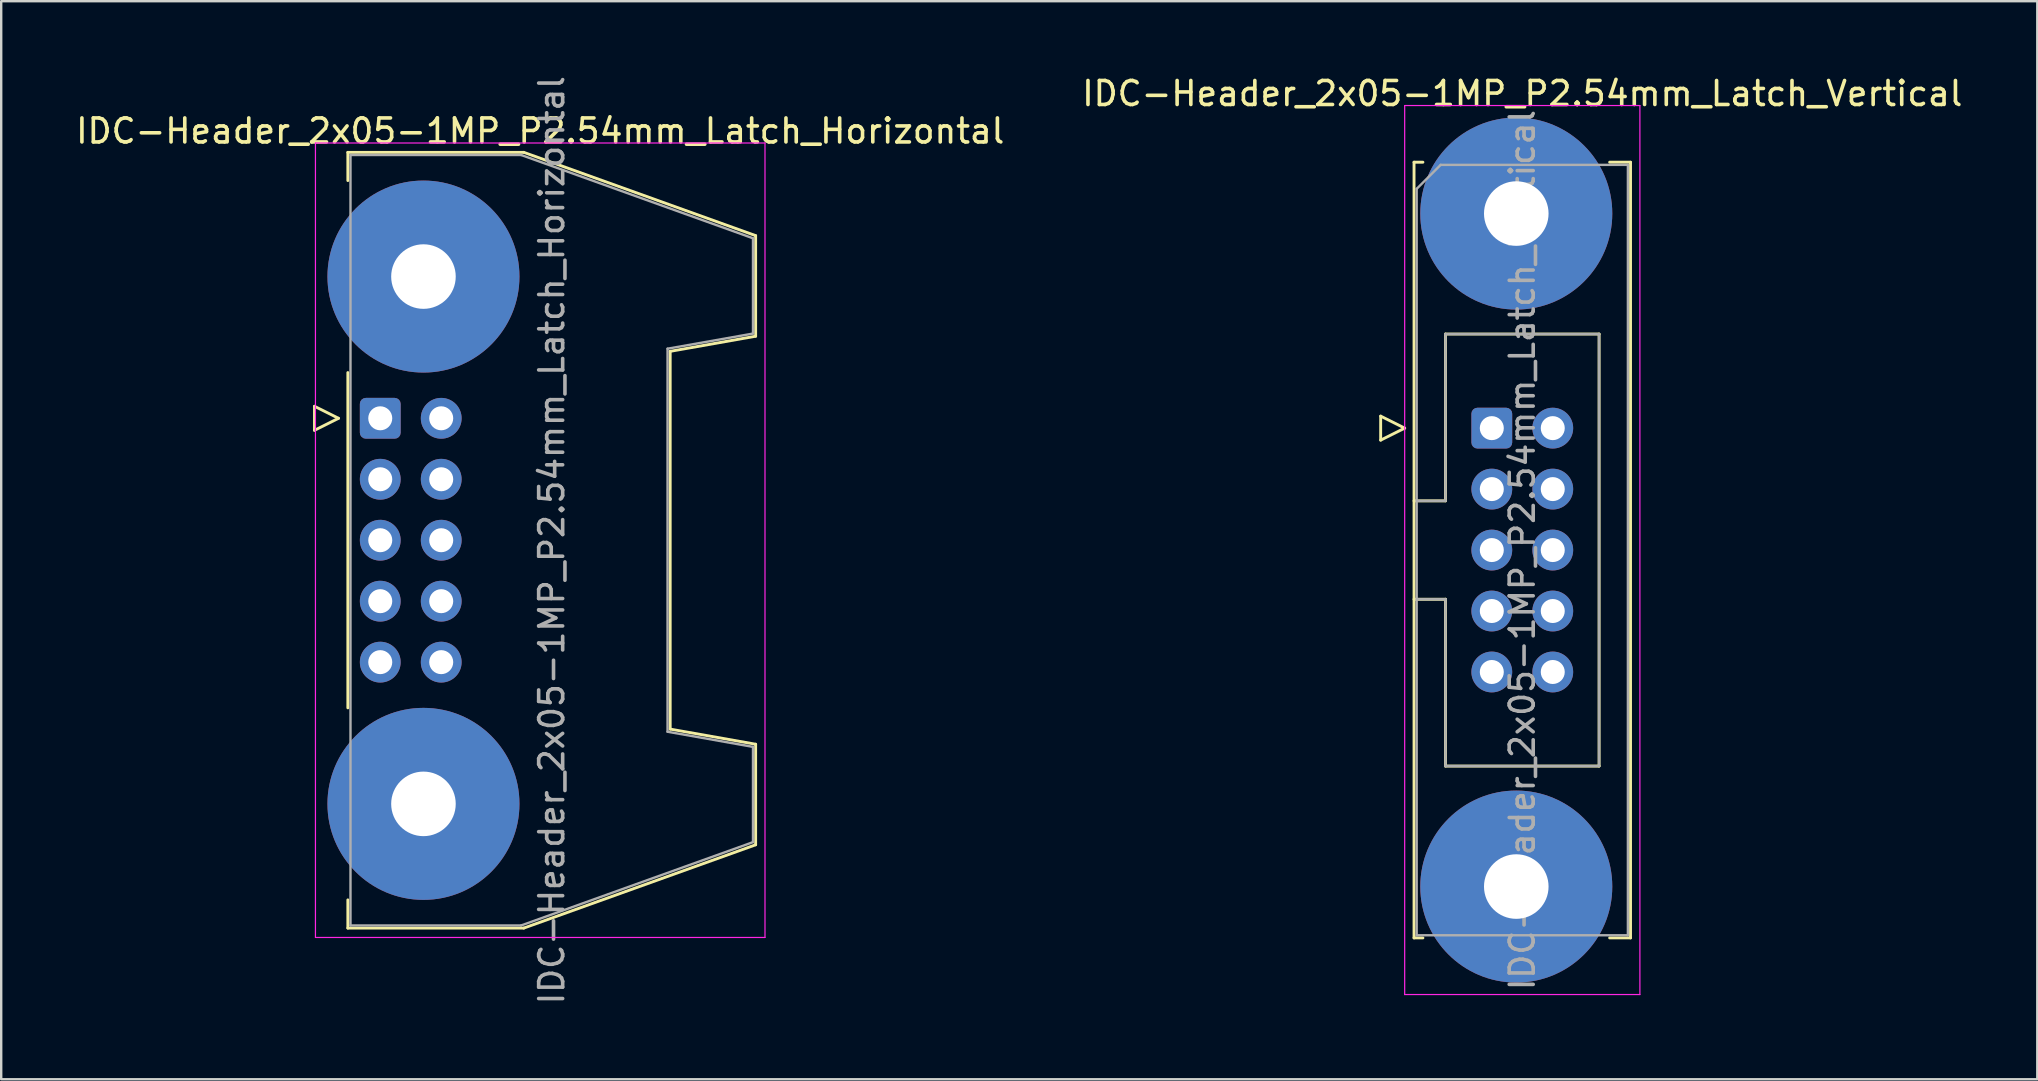
<source format=kicad_pcb>
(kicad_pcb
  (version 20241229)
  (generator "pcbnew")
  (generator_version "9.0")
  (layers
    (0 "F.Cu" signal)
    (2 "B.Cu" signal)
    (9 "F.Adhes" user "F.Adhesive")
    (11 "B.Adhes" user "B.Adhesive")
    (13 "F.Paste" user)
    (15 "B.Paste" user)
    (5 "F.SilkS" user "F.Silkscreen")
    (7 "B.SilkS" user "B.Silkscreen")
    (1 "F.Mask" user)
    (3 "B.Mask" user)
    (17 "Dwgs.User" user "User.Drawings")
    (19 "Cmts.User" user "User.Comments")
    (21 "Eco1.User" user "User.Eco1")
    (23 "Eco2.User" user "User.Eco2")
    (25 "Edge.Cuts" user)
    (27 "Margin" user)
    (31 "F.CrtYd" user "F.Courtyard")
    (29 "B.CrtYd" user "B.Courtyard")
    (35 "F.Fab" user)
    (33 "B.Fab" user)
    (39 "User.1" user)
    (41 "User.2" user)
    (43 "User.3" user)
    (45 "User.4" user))
  (footprint "IDC-Header_2x05-1MP_P2.54mm_Latch_Horizontal"
    (layer "F.Cu")
    (at 12.793 14.378)
    (property "Reference" "IDC-Header_2x05-1MP_P2.54mm_Latch_Horizontal" (at 6.665 -11.97 0) (layer "F.SilkS") (effects (font (size 1 1) (thickness 0.15))))
    (attr through_hole)
    (fp_line (start -2.74 -0.5) (end -2.74 0.5) (stroke (width 0.12) (type solid)) (layer "F.SilkS"))
    (fp_line (start -2.74 0.5) (end -1.74 0) (stroke (width 0.12) (type solid)) (layer "F.SilkS"))
    (fp_line (start -1.74 0) (end -2.74 -0.5) (stroke (width 0.12) (type solid)) (layer "F.SilkS"))
    (fp_line (start -1.35 -11.08) (end -1.35 -9.905) (stroke (width 0.12) (type solid)) (layer "F.SilkS"))
    (fp_line (start -1.35 -11.08) (end 5.98 -11.08) (stroke (width 0.12) (type solid)) (layer "F.SilkS"))
    (fp_line (start -1.35 -1.905) (end -1.35 12.065) (stroke (width 0.12) (type solid)) (layer "F.SilkS"))
    (fp_line (start -1.35 20.065) (end -1.35 21.24) (stroke (width 0.12) (type solid)) (layer "F.SilkS"))
    (fp_line (start 5.98 -11.08) (end 15.64 -7.61) (stroke (width 0.12) (type solid)) (layer "F.SilkS"))
    (fp_line (start 5.98 21.24) (end -1.35 21.24) (stroke (width 0.12) (type solid)) (layer "F.SilkS"))
    (fp_line (start 12.08 -2.79) (end 12.08 12.95) (stroke (width 0.12) (type solid)) (layer "F.SilkS"))
    (fp_line (start 12.08 12.95) (end 15.64 13.58) (stroke (width 0.12) (type solid)) (layer "F.SilkS"))
    (fp_line (start 15.64 -7.61) (end 15.64 -3.42) (stroke (width 0.12) (type solid)) (layer "F.SilkS"))
    (fp_line (start 15.64 -3.42) (end 12.08 -2.79) (stroke (width 0.12) (type solid)) (layer "F.SilkS"))
    (fp_line (start 15.64 13.58) (end 15.64 17.77) (stroke (width 0.12) (type solid)) (layer "F.SilkS"))
    (fp_line (start 15.64 17.77) (end 5.98 21.24) (stroke (width 0.12) (type solid)) (layer "F.SilkS"))
    (fp_line (start -2.7 -11.47) (end -2.7 21.63) (stroke (width 0.05) (type solid)) (layer "F.CrtYd"))
    (fp_line (start -2.7 21.63) (end 16.03 21.63) (stroke (width 0.05) (type solid)) (layer "F.CrtYd"))
    (fp_line (start 16.03 -11.47) (end -2.7 -11.47) (stroke (width 0.05) (type solid)) (layer "F.CrtYd"))
    (fp_line (start 16.03 21.63) (end 16.03 -11.47) (stroke (width 0.05) (type solid)) (layer "F.CrtYd"))
    (fp_line (start -1.24 -10.97) (end 5.87 -10.97) (stroke (width 0.1) (type solid)) (layer "F.Fab"))
    (fp_line (start -1.24 21.13) (end -1.24 -10.97) (stroke (width 0.1) (type solid)) (layer "F.Fab"))
    (fp_line (start 5.87 -10.97) (end 15.53 -7.5) (stroke (width 0.1) (type solid)) (layer "F.Fab"))
    (fp_line (start 5.87 21.13) (end -1.24 21.13) (stroke (width 0.1) (type solid)) (layer "F.Fab"))
    (fp_line (start 11.97 -2.9) (end 11.97 13.06) (stroke (width 0.1) (type solid)) (layer "F.Fab"))
    (fp_line (start 11.97 13.06) (end 15.53 13.69) (stroke (width 0.1) (type solid)) (layer "F.Fab"))
    (fp_line (start 15.53 -7.5) (end 15.53 -3.53) (stroke (width 0.1) (type solid)) (layer "F.Fab"))
    (fp_line (start 15.53 -3.53) (end 11.97 -2.9) (stroke (width 0.1) (type solid)) (layer "F.Fab"))
    (fp_line (start 15.53 13.69) (end 15.53 17.66) (stroke (width 0.1) (type solid)) (layer "F.Fab"))
    (fp_line (start 15.53 17.66) (end 5.87 21.13) (stroke (width 0.1) (type solid)) (layer "F.Fab"))
    (fp_text user "${REFERENCE}" (at 7.145 5.08 90) (layer "F.Fab") (effects (font (size 1 1) (thickness 0.15))))
    (pad "1" thru_hole roundrect (at 0 0) (size 1.7 1.7) (drill 1) (layers "*.Cu" "*.Mask") (roundrect_rratio 0.147))
    (pad "2" thru_hole circle (at 2.54 0) (size 1.7 1.7) (drill 1) (layers "*.Cu" "*.Mask"))
    (pad "3" thru_hole circle (at 0 2.54) (size 1.7 1.7) (drill 1) (layers "*.Cu" "*.Mask"))
    (pad "4" thru_hole circle (at 2.54 2.54) (size 1.7 1.7) (drill 1) (layers "*.Cu" "*.Mask"))
    (pad "5" thru_hole circle (at 0 5.08) (size 1.7 1.7) (drill 1) (layers "*.Cu" "*.Mask"))
    (pad "6" thru_hole circle (at 2.54 5.08) (size 1.7 1.7) (drill 1) (layers "*.Cu" "*.Mask"))
    (pad "7" thru_hole circle (at 0 7.62) (size 1.7 1.7) (drill 1) (layers "*.Cu" "*.Mask"))
    (pad "8" thru_hole circle (at 2.54 7.62) (size 1.7 1.7) (drill 1) (layers "*.Cu" "*.Mask"))
    (pad "9" thru_hole circle (at 0 10.16) (size 1.7 1.7) (drill 1) (layers "*.Cu" "*.Mask"))
    (pad "10" thru_hole circle (at 2.54 10.16) (size 1.7 1.7) (drill 1) (layers "*.Cu" "*.Mask"))
    (pad "MP" thru_hole circle (at 1.8 -5.905) (size 8 8) (drill 2.69) (layers "*.Cu" "*.Mask"))
    (pad "MP" thru_hole circle (at 1.8 16.065) (size 8 8) (drill 2.69) (layers "*.Cu" "*.Mask")))
  (footprint "IDC-Header_2x05-1MP_P2.54mm_Latch_Vertical"
    (layer "F.Cu")
    (at 59.105 14.788)
    (property "Reference" "IDC-Header_2x05-1MP_P2.54mm_Latch_Vertical" (at 1.27 -13.94 0) (layer "F.SilkS") (effects (font (size 1 1) (thickness 0.15))))
    (attr through_hole)
    (fp_line (start -4.63 -0.5) (end -4.63 0.5) (stroke (width 0.12) (type solid)) (layer "F.SilkS"))
    (fp_line (start -4.63 0.5) (end -3.63 0) (stroke (width 0.12) (type solid)) (layer "F.SilkS"))
    (fp_line (start -3.63 0) (end -4.63 -0.5) (stroke (width 0.12) (type solid)) (layer "F.SilkS"))
    (fp_line (start -3.24 -11.08) (end -3.24 21.24) (stroke (width 0.12) (type solid)) (layer "F.SilkS"))
    (fp_line (start -3.24 3.03) (end -1.93 3.03) (stroke (width 0.12) (type solid)) (layer "F.SilkS"))
    (fp_line (start -3.24 21.24) (end -2.87 21.24) (stroke (width 0.12) (type solid)) (layer "F.SilkS"))
    (fp_line (start -2.87 -11.08) (end -3.24 -11.08) (stroke (width 0.12) (type solid)) (layer "F.SilkS"))
    (fp_line (start -1.93 -3.92) (end 4.47 -3.92) (stroke (width 0.12) (type solid)) (layer "F.SilkS"))
    (fp_line (start -1.93 3.03) (end -1.93 -3.92) (stroke (width 0.12) (type solid)) (layer "F.SilkS"))
    (fp_line (start -1.93 7.13) (end -3.24 7.13) (stroke (width 0.12) (type solid)) (layer "F.SilkS"))
    (fp_line (start -1.93 7.13) (end -1.93 7.13) (stroke (width 0.12) (type solid)) (layer "F.SilkS"))
    (fp_line (start -1.93 14.08) (end -1.93 7.13) (stroke (width 0.12) (type solid)) (layer "F.SilkS"))
    (fp_line (start 4.47 -3.92) (end 4.47 14.08) (stroke (width 0.12) (type solid)) (layer "F.SilkS"))
    (fp_line (start 4.47 14.08) (end -1.93 14.08) (stroke (width 0.12) (type solid)) (layer "F.SilkS"))
    (fp_line (start 4.91 -11.08) (end 5.78 -11.08) (stroke (width 0.12) (type solid)) (layer "F.SilkS"))
    (fp_line (start 5.78 -11.08) (end 5.78 21.24) (stroke (width 0.12) (type solid)) (layer "F.SilkS"))
    (fp_line (start 5.78 21.24) (end 4.91 21.24) (stroke (width 0.12) (type solid)) (layer "F.SilkS"))
    (fp_line (start -3.63 -13.44) (end -3.63 23.6) (stroke (width 0.05) (type solid)) (layer "F.CrtYd"))
    (fp_line (start -3.63 23.6) (end 6.17 23.6) (stroke (width 0.05) (type solid)) (layer "F.CrtYd"))
    (fp_line (start 6.17 -13.44) (end -3.63 -13.44) (stroke (width 0.05) (type solid)) (layer "F.CrtYd"))
    (fp_line (start 6.17 23.6) (end 6.17 -13.44) (stroke (width 0.05) (type solid)) (layer "F.CrtYd"))
    (fp_line (start -3.13 -9.97) (end -2.13 -10.97) (stroke (width 0.1) (type solid)) (layer "F.Fab"))
    (fp_line (start -3.13 3.03) (end -1.93 3.03) (stroke (width 0.1) (type solid)) (layer "F.Fab"))
    (fp_line (start -3.13 21.13) (end -3.13 -9.97) (stroke (width 0.1) (type solid)) (layer "F.Fab"))
    (fp_line (start -2.13 -10.97) (end 5.67 -10.97) (stroke (width 0.1) (type solid)) (layer "F.Fab"))
    (fp_line (start -1.93 -3.92) (end 4.47 -3.92) (stroke (width 0.1) (type solid)) (layer "F.Fab"))
    (fp_line (start -1.93 3.03) (end -1.93 -3.92) (stroke (width 0.1) (type solid)) (layer "F.Fab"))
    (fp_line (start -1.93 7.13) (end -3.13 7.13) (stroke (width 0.1) (type solid)) (layer "F.Fab"))
    (fp_line (start -1.93 7.13) (end -1.93 7.13) (stroke (width 0.1) (type solid)) (layer "F.Fab"))
    (fp_line (start -1.93 14.08) (end -1.93 7.13) (stroke (width 0.1) (type solid)) (layer "F.Fab"))
    (fp_line (start 4.47 -3.92) (end 4.47 14.08) (stroke (width 0.1) (type solid)) (layer "F.Fab"))
    (fp_line (start 4.47 14.08) (end -1.93 14.08) (stroke (width 0.1) (type solid)) (layer "F.Fab"))
    (fp_line (start 5.67 -10.97) (end 5.67 21.13) (stroke (width 0.1) (type solid)) (layer "F.Fab"))
    (fp_line (start 5.67 21.13) (end -3.13 21.13) (stroke (width 0.1) (type solid)) (layer "F.Fab"))
    (fp_text user "${REFERENCE}" (at 1.27 5.08 90) (layer "F.Fab") (effects (font (size 1 1) (thickness 0.15))))
    (pad "1" thru_hole roundrect (at 0 0) (size 1.7 1.7) (drill 1) (layers "*.Cu" "*.Mask") (roundrect_rratio 0.147))
    (pad "2" thru_hole circle (at 2.54 0) (size 1.7 1.7) (drill 1) (layers "*.Cu" "*.Mask"))
    (pad "3" thru_hole circle (at 0 2.54) (size 1.7 1.7) (drill 1) (layers "*.Cu" "*.Mask"))
    (pad "4" thru_hole circle (at 2.54 2.54) (size 1.7 1.7) (drill 1) (layers "*.Cu" "*.Mask"))
    (pad "5" thru_hole circle (at 0 5.08) (size 1.7 1.7) (drill 1) (layers "*.Cu" "*.Mask"))
    (pad "6" thru_hole circle (at 2.54 5.08) (size 1.7 1.7) (drill 1) (layers "*.Cu" "*.Mask"))
    (pad "7" thru_hole circle (at 0 7.62) (size 1.7 1.7) (drill 1) (layers "*.Cu" "*.Mask"))
    (pad "8" thru_hole circle (at 2.54 7.62) (size 1.7 1.7) (drill 1) (layers "*.Cu" "*.Mask"))
    (pad "9" thru_hole circle (at 0 10.16) (size 1.7 1.7) (drill 1) (layers "*.Cu" "*.Mask"))
    (pad "10" thru_hole circle (at 2.54 10.16) (size 1.7 1.7) (drill 1) (layers "*.Cu" "*.Mask"))
    (pad "MP" thru_hole circle (at 1.02 -8.94) (size 8 8) (drill 2.69) (layers "*.Cu" "*.Mask"))
    (pad "MP" thru_hole circle (at 1.02 19.1) (size 8 8) (drill 2.69) (layers "*.Cu" "*.Mask")))
  (gr_rect
    (start -3 -3)
    (end 81.833 41.917)
    (stroke (width 0.1) (type default))
    (fill no)
    (layer "Edge.Cuts")))
</source>
